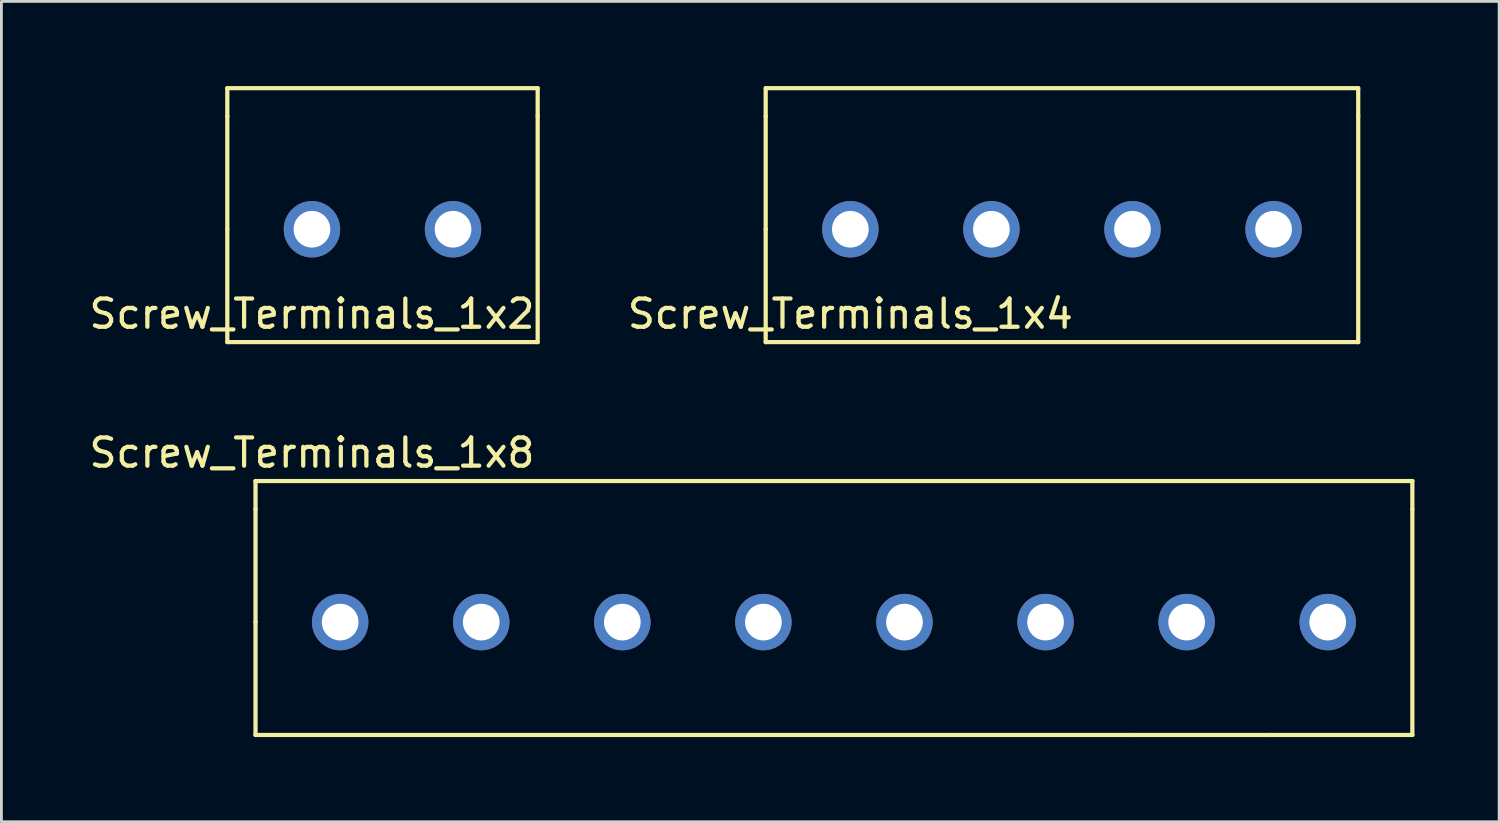
<source format=kicad_pcb>
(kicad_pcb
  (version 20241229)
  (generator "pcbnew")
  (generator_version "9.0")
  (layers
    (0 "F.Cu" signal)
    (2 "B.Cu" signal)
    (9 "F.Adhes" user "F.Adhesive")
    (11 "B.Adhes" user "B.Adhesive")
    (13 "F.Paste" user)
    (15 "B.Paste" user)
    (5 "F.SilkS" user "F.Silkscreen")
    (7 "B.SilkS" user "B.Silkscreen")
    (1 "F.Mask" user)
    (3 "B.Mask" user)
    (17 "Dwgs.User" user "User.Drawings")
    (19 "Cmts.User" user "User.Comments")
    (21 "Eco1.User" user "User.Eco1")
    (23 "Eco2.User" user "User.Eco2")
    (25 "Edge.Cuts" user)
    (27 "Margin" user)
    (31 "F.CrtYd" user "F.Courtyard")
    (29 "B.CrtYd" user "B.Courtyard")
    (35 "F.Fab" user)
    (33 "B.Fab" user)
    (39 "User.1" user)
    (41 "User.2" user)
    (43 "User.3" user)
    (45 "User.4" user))
  (footprint "Screw_Terminals_1x8"
    (layer "F.Cu")
    (at 9.006 18.998)
    (property "Reference" "Screw_Terminals_1x8" (at -1 -6 0) (layer "F.SilkS") (effects (font (size 1 1) (thickness 0.15))))
    (attr through_hole)
    (fp_line (start -3 -5) (end -3 -4) (stroke (width 0.15) (type solid)) (layer "F.SilkS"))
    (fp_line (start -3 -4) (end -3 0) (stroke (width 0.15) (type solid)) (layer "F.SilkS"))
    (fp_line (start -3 0) (end -3 4) (stroke (width 0.15) (type solid)) (layer "F.SilkS"))
    (fp_line (start -3 4) (end 28 4) (stroke (width 0.15) (type solid)) (layer "F.SilkS"))
    (fp_line (start 28 4) (end 33 4) (stroke (width 0.15) (type solid)) (layer "F.SilkS"))
    (fp_line (start 38 -5) (end -3 -5) (stroke (width 0.15) (type solid)) (layer "F.SilkS"))
    (fp_line (start 38 -4) (end 38 -5) (stroke (width 0.15) (type solid)) (layer "F.SilkS"))
    (fp_line (start 38 -4) (end 38 4) (stroke (width 0.15) (type solid)) (layer "F.SilkS"))
    (fp_line (start 38 4) (end 33 4) (stroke (width 0.15) (type solid)) (layer "F.SilkS"))
    (pad "1" thru_hole circle (at 0 0) (size 2 2) (drill 1.3) (layers "*.Cu" "*.Mask"))
    (pad "2" thru_hole circle (at 5 0) (size 2 2) (drill 1.3) (layers "*.Cu" "*.Mask"))
    (pad "3" thru_hole circle (at 10 0) (size 2 2) (drill 1.3) (layers "*.Cu" "*.Mask"))
    (pad "4" thru_hole circle (at 15 0) (size 2 2) (drill 1.3) (layers "*.Cu" "*.Mask"))
    (pad "5" thru_hole circle (at 20 0) (size 2 2) (drill 1.3) (layers "*.Cu" "*.Mask"))
    (pad "6" thru_hole circle (at 25 0) (size 2 2) (drill 1.3) (layers "*.Cu" "*.Mask"))
    (pad "7" thru_hole circle (at 30 0) (size 2 2) (drill 1.3) (layers "*.Cu" "*.Mask"))
    (pad "8" thru_hole circle (at 35 0) (size 2 2) (drill 1.3) (layers "*.Cu" "*.Mask")))
  (footprint "Screw_Terminals_1x2"
    (layer "F.Cu")
    (at 8.006 5.075)
    (property "Reference" "Screw_Terminals_1x2" (at 0 3 0) (layer "F.SilkS") (effects (font (size 1 1) (thickness 0.15))))
    (attr through_hole)
    (fp_line (start -3 -5) (end -3 -4) (stroke (width 0.15) (type solid)) (layer "F.SilkS"))
    (fp_line (start -3 -4) (end -3 0) (stroke (width 0.15) (type solid)) (layer "F.SilkS"))
    (fp_line (start -3 0) (end -3 4) (stroke (width 0.15) (type solid)) (layer "F.SilkS"))
    (fp_line (start 8 -5) (end -3 -5) (stroke (width 0.15) (type solid)) (layer "F.SilkS"))
    (fp_line (start 8 -4) (end 8 -5) (stroke (width 0.15) (type solid)) (layer "F.SilkS"))
    (fp_line (start 8 -4) (end 8 4) (stroke (width 0.15) (type solid)) (layer "F.SilkS"))
    (fp_line (start 8 4) (end -3 4) (stroke (width 0.15) (type solid)) (layer "F.SilkS"))
    (pad "1" thru_hole circle (at 0 0) (size 2 2) (drill 1.3) (layers "*.Cu" "*.Mask"))
    (pad "2" thru_hole circle (at 5 0) (size 2 2) (drill 1.3) (layers "*.Cu" "*.Mask")))
  (footprint "Screw_Terminals_1x4"
    (layer "F.Cu")
    (at 27.087 5.075)
    (property "Reference" "Screw_Terminals_1x4" (at 0 3 0) (layer "F.SilkS") (effects (font (size 1 1) (thickness 0.15))))
    (attr through_hole)
    (fp_line (start -3 -5) (end -3 -4) (stroke (width 0.15) (type solid)) (layer "F.SilkS"))
    (fp_line (start -3 -4) (end -3 0) (stroke (width 0.15) (type solid)) (layer "F.SilkS"))
    (fp_line (start -3 0) (end -3 4) (stroke (width 0.15) (type solid)) (layer "F.SilkS"))
    (fp_line (start -3 4) (end 18 4) (stroke (width 0.15) (type solid)) (layer "F.SilkS"))
    (fp_line (start 18 -5) (end -3 -5) (stroke (width 0.15) (type solid)) (layer "F.SilkS"))
    (fp_line (start 18 -4) (end 18 -5) (stroke (width 0.15) (type solid)) (layer "F.SilkS"))
    (fp_line (start 18 4) (end 18 -4) (stroke (width 0.15) (type solid)) (layer "F.SilkS"))
    (pad "1" thru_hole circle (at 0 0) (size 2 2) (drill 1.3) (layers "*.Cu" "*.Mask"))
    (pad "2" thru_hole circle (at 5 0) (size 2 2) (drill 1.3) (layers "*.Cu" "*.Mask"))
    (pad "3" thru_hole circle (at 10 0) (size 2 2) (drill 1.3) (layers "*.Cu" "*.Mask"))
    (pad "4" thru_hole circle (at 15 0) (size 2 2) (drill 1.3) (layers "*.Cu" "*.Mask")))
  (gr_rect
    (start -3 -3)
    (end 50.081 26.073)
    (stroke (width 0.1) (type default))
    (fill no)
    (layer "Edge.Cuts")))
</source>
